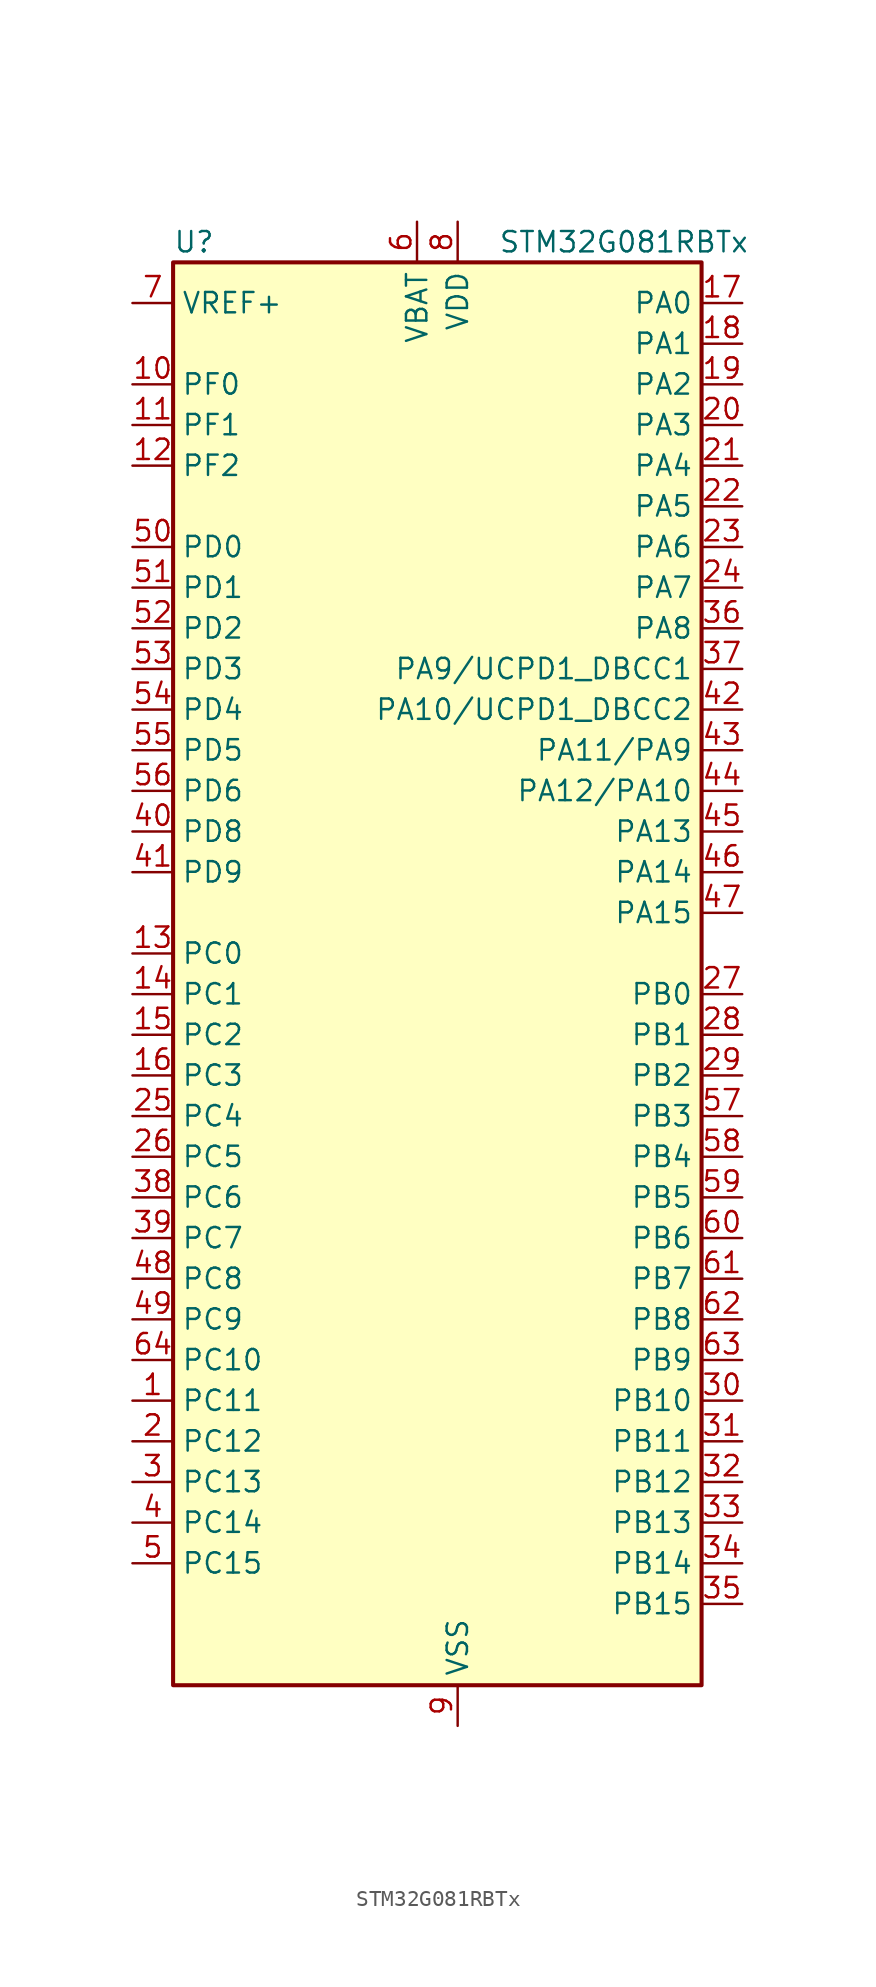
<source format=kicad_sym>
(kicad_symbol_lib
  (version 20231120)
  (generator "kicad_symbol_editor")
  (generator_version "8.0")
  (symbol "STM32G081RBTx"
    (property "Reference" "U"
      (at -15.24 46.99 0)
      (effects (font (size 1.27 1.27)) (justify left)))
    (property "Value" "STM32G081RBTx"
      (at 5.08 46.99 0)
      (effects (font (size 1.27 1.27)) (justify left)))
    (property "ki_locked" ""
      (at 0 0 0)
      (effects (font (size 1.27 1.27))))
    (symbol "STM32G081RBTx_0_1"
      (rectangle (start -15.24 -43.18) (end 17.78 45.72) (stroke (width 0.254) (type default)) (fill (type background))))
    (symbol "STM32G081RBTx_1_1"
      (pin bidirectional line (at -17.78 -25.4 0) (length 2.54) (name "PC11" (effects (font (size 1.27 1.27)))) (number "1" (effects (font (size 1.27 1.27)))) (alternate "ADC1_EXTI11" bidirectional line) (alternate "TIM1_CH4" bidirectional line) (alternate "USART3_RX" bidirectional line) (alternate "USART4_RX" bidirectional line))
      (pin bidirectional line (at -17.78 38.1 0) (length 2.54) (name "PF0" (effects (font (size 1.27 1.27)))) (number "10" (effects (font (size 1.27 1.27)))) (alternate "RCC_OSC_IN" bidirectional line) (alternate "TIM14_CH1" bidirectional line))
      (pin bidirectional line (at -17.78 35.56 0) (length 2.54) (name "PF1" (effects (font (size 1.27 1.27)))) (number "11" (effects (font (size 1.27 1.27)))) (alternate "RCC_OSC_EN" bidirectional line) (alternate "RCC_OSC_OUT" bidirectional line) (alternate "TIM15_CH1N" bidirectional line))
      (pin bidirectional line (at -17.78 33.02 0) (length 2.54) (name "PF2" (effects (font (size 1.27 1.27)))) (number "12" (effects (font (size 1.27 1.27)))) (alternate "RCC_MCO" bidirectional line))
      (pin bidirectional line (at -17.78 2.54 0) (length 2.54) (name "PC0" (effects (font (size 1.27 1.27)))) (number "13" (effects (font (size 1.27 1.27)))) (alternate "LPTIM1_IN1" bidirectional line) (alternate "LPTIM2_IN1" bidirectional line) (alternate "LPUART1_RX" bidirectional line))
      (pin bidirectional line (at -17.78 0 0) (length 2.54) (name "PC1" (effects (font (size 1.27 1.27)))) (number "14" (effects (font (size 1.27 1.27)))) (alternate "LPTIM1_OUT" bidirectional line) (alternate "LPUART1_TX" bidirectional line) (alternate "TIM15_CH1" bidirectional line))
      (pin bidirectional line (at -17.78 -2.54 0) (length 2.54) (name "PC2" (effects (font (size 1.27 1.27)))) (number "15" (effects (font (size 1.27 1.27)))) (alternate "LPTIM1_IN2" bidirectional line) (alternate "SPI2_MISO" bidirectional line) (alternate "TIM15_CH2" bidirectional line))
      (pin bidirectional line (at -17.78 -5.08 0) (length 2.54) (name "PC3" (effects (font (size 1.27 1.27)))) (number "16" (effects (font (size 1.27 1.27)))) (alternate "LPTIM1_ETR" bidirectional line) (alternate "LPTIM2_ETR" bidirectional line) (alternate "SPI2_MOSI" bidirectional line))
      (pin bidirectional line (at 20.32 43.18 180) (length 2.54) (name "PA0" (effects (font (size 1.27 1.27)))) (number "17" (effects (font (size 1.27 1.27)))) (alternate "ADC1_IN0" bidirectional line) (alternate "COMP1_INM" bidirectional line) (alternate "COMP1_OUT" bidirectional line) (alternate "LPTIM1_OUT" bidirectional line) (alternate "RTC_TAMP_IN2" bidirectional line) (alternate "SPI2_SCK" bidirectional line) (alternate "SYS_WKUP1" bidirectional line) (alternate "TIM2_CH1" bidirectional line) (alternate "TIM2_ETR" bidirectional line) (alternate "UCPD2_FRSTX1" bidirectional line) (alternate "UCPD2_FRSTX2" bidirectional line) (alternate "USART2_CTS" bidirectional line) (alternate "USART2_NSS" bidirectional line) (alternate "USART4_TX" bidirectional line))
      (pin bidirectional line (at 20.32 40.64 180) (length 2.54) (name "PA1" (effects (font (size 1.27 1.27)))) (number "18" (effects (font (size 1.27 1.27)))) (alternate "ADC1_IN1" bidirectional line) (alternate "COMP1_INP" bidirectional line) (alternate "I2C1_SMBA" bidirectional line) (alternate "I2S1_CK" bidirectional line) (alternate "SPI1_SCK" bidirectional line) (alternate "TIM15_CH1N" bidirectional line) (alternate "TIM2_CH2" bidirectional line) (alternate "USART2_CK" bidirectional line) (alternate "USART2_DE" bidirectional line) (alternate "USART2_RTS" bidirectional line) (alternate "USART4_RX" bidirectional line))
      (pin bidirectional line (at 20.32 38.1 180) (length 2.54) (name "PA2" (effects (font (size 1.27 1.27)))) (number "19" (effects (font (size 1.27 1.27)))) (alternate "ADC1_IN2" bidirectional line) (alternate "COMP2_INM" bidirectional line) (alternate "COMP2_OUT" bidirectional line) (alternate "I2S1_SD" bidirectional line) (alternate "LPUART1_TX" bidirectional line) (alternate "RCC_LSCO" bidirectional line) (alternate "SPI1_MOSI" bidirectional line) (alternate "SYS_WKUP4" bidirectional line) (alternate "TIM15_CH1" bidirectional line) (alternate "TIM2_CH3" bidirectional line) (alternate "UCPD1_FRSTX1" bidirectional line) (alternate "UCPD1_FRSTX2" bidirectional line) (alternate "USART2_TX" bidirectional line))
      (pin bidirectional line (at -17.78 -27.94 0) (length 2.54) (name "PC12" (effects (font (size 1.27 1.27)))) (number "2" (effects (font (size 1.27 1.27)))) (alternate "LPTIM1_IN1" bidirectional line) (alternate "TIM14_CH1" bidirectional line) (alternate "UCPD1_FRSTX1" bidirectional line) (alternate "UCPD1_FRSTX2" bidirectional line))
      (pin bidirectional line (at 20.32 35.56 180) (length 2.54) (name "PA3" (effects (font (size 1.27 1.27)))) (number "20" (effects (font (size 1.27 1.27)))) (alternate "ADC1_IN3" bidirectional line) (alternate "COMP2_INP" bidirectional line) (alternate "LPUART1_RX" bidirectional line) (alternate "SPI2_MISO" bidirectional line) (alternate "TIM15_CH2" bidirectional line) (alternate "TIM2_CH4" bidirectional line) (alternate "UCPD2_FRSTX1" bidirectional line) (alternate "UCPD2_FRSTX2" bidirectional line) (alternate "USART2_RX" bidirectional line))
      (pin bidirectional line (at 20.32 33.02 180) (length 2.54) (name "PA4" (effects (font (size 1.27 1.27)))) (number "21" (effects (font (size 1.27 1.27)))) (alternate "ADC1_IN4" bidirectional line) (alternate "DAC1_OUT1" bidirectional line) (alternate "I2S1_WS" bidirectional line) (alternate "LPTIM2_OUT" bidirectional line) (alternate "RTC_OUT_ALARM" bidirectional line) (alternate "RTC_OUT_CALIB" bidirectional line) (alternate "SPI1_NSS" bidirectional line) (alternate "SPI2_MOSI" bidirectional line) (alternate "TIM14_CH1" bidirectional line) (alternate "UCPD2_FRSTX1" bidirectional line) (alternate "UCPD2_FRSTX2" bidirectional line))
      (pin bidirectional line (at 20.32 30.48 180) (length 2.54) (name "PA5" (effects (font (size 1.27 1.27)))) (number "22" (effects (font (size 1.27 1.27)))) (alternate "ADC1_IN5" bidirectional line) (alternate "CEC" bidirectional line) (alternate "DAC1_OUT2" bidirectional line) (alternate "I2S1_CK" bidirectional line) (alternate "LPTIM2_ETR" bidirectional line) (alternate "SPI1_SCK" bidirectional line) (alternate "TIM2_CH1" bidirectional line) (alternate "TIM2_ETR" bidirectional line) (alternate "UCPD1_FRSTX1" bidirectional line) (alternate "UCPD1_FRSTX2" bidirectional line) (alternate "USART3_TX" bidirectional line))
      (pin bidirectional line (at 20.32 27.94 180) (length 2.54) (name "PA6" (effects (font (size 1.27 1.27)))) (number "23" (effects (font (size 1.27 1.27)))) (alternate "ADC1_IN6" bidirectional line) (alternate "COMP1_OUT" bidirectional line) (alternate "I2S1_MCK" bidirectional line) (alternate "LPUART1_CTS" bidirectional line) (alternate "SPI1_MISO" bidirectional line) (alternate "TIM16_CH1" bidirectional line) (alternate "TIM1_BK" bidirectional line) (alternate "TIM3_CH1" bidirectional line) (alternate "USART3_CTS" bidirectional line) (alternate "USART3_NSS" bidirectional line))
      (pin bidirectional line (at 20.32 25.4 180) (length 2.54) (name "PA7" (effects (font (size 1.27 1.27)))) (number "24" (effects (font (size 1.27 1.27)))) (alternate "ADC1_IN7" bidirectional line) (alternate "COMP2_OUT" bidirectional line) (alternate "I2S1_SD" bidirectional line) (alternate "SPI1_MOSI" bidirectional line) (alternate "TIM14_CH1" bidirectional line) (alternate "TIM17_CH1" bidirectional line) (alternate "TIM1_CH1N" bidirectional line) (alternate "TIM3_CH2" bidirectional line) (alternate "UCPD1_FRSTX1" bidirectional line) (alternate "UCPD1_FRSTX2" bidirectional line))
      (pin bidirectional line (at -17.78 -7.62 0) (length 2.54) (name "PC4" (effects (font (size 1.27 1.27)))) (number "25" (effects (font (size 1.27 1.27)))) (alternate "ADC1_IN17" bidirectional line) (alternate "COMP1_INM" bidirectional line) (alternate "TIM2_CH1" bidirectional line) (alternate "TIM2_ETR" bidirectional line) (alternate "USART1_TX" bidirectional line) (alternate "USART3_TX" bidirectional line))
      (pin bidirectional line (at -17.78 -10.16 0) (length 2.54) (name "PC5" (effects (font (size 1.27 1.27)))) (number "26" (effects (font (size 1.27 1.27)))) (alternate "ADC1_IN18" bidirectional line) (alternate "COMP1_INP" bidirectional line) (alternate "SYS_WKUP5" bidirectional line) (alternate "TIM2_CH2" bidirectional line) (alternate "USART1_RX" bidirectional line) (alternate "USART3_RX" bidirectional line))
      (pin bidirectional line (at 20.32 0 180) (length 2.54) (name "PB0" (effects (font (size 1.27 1.27)))) (number "27" (effects (font (size 1.27 1.27)))) (alternate "ADC1_IN8" bidirectional line) (alternate "COMP1_OUT" bidirectional line) (alternate "I2S1_WS" bidirectional line) (alternate "LPTIM1_OUT" bidirectional line) (alternate "SPI1_NSS" bidirectional line) (alternate "TIM1_CH2N" bidirectional line) (alternate "TIM3_CH3" bidirectional line) (alternate "UCPD1_FRSTX1" bidirectional line) (alternate "UCPD1_FRSTX2" bidirectional line) (alternate "USART3_RX" bidirectional line))
      (pin bidirectional line (at 20.32 -2.54 180) (length 2.54) (name "PB1" (effects (font (size 1.27 1.27)))) (number "28" (effects (font (size 1.27 1.27)))) (alternate "ADC1_IN9" bidirectional line) (alternate "COMP1_INM" bidirectional line) (alternate "LPTIM2_IN1" bidirectional line) (alternate "LPUART1_DE" bidirectional line) (alternate "LPUART1_RTS" bidirectional line) (alternate "TIM14_CH1" bidirectional line) (alternate "TIM1_CH3N" bidirectional line) (alternate "TIM3_CH4" bidirectional line) (alternate "USART3_CK" bidirectional line) (alternate "USART3_DE" bidirectional line) (alternate "USART3_RTS" bidirectional line))
      (pin bidirectional line (at 20.32 -5.08 180) (length 2.54) (name "PB2" (effects (font (size 1.27 1.27)))) (number "29" (effects (font (size 1.27 1.27)))) (alternate "ADC1_IN10" bidirectional line) (alternate "COMP1_INP" bidirectional line) (alternate "LPTIM1_OUT" bidirectional line) (alternate "SPI2_MISO" bidirectional line) (alternate "USART3_TX" bidirectional line))
      (pin bidirectional line (at -17.78 -30.48 0) (length 2.54) (name "PC13" (effects (font (size 1.27 1.27)))) (number "3" (effects (font (size 1.27 1.27)))) (alternate "RTC_OUT_ALARM" bidirectional line) (alternate "RTC_OUT_CALIB" bidirectional line) (alternate "RTC_TAMP_IN1" bidirectional line) (alternate "RTC_TS" bidirectional line) (alternate "SYS_WKUP2" bidirectional line) (alternate "TIM1_BK" bidirectional line))
      (pin bidirectional line (at 20.32 -25.4 180) (length 2.54) (name "PB10" (effects (font (size 1.27 1.27)))) (number "30" (effects (font (size 1.27 1.27)))) (alternate "ADC1_IN11" bidirectional line) (alternate "CEC" bidirectional line) (alternate "COMP1_OUT" bidirectional line) (alternate "I2C2_SCL" bidirectional line) (alternate "LPUART1_RX" bidirectional line) (alternate "SPI2_SCK" bidirectional line) (alternate "TIM2_CH3" bidirectional line) (alternate "USART3_TX" bidirectional line))
      (pin bidirectional line (at 20.32 -27.94 180) (length 2.54) (name "PB11" (effects (font (size 1.27 1.27)))) (number "31" (effects (font (size 1.27 1.27)))) (alternate "ADC1_EXTI11" bidirectional line) (alternate "ADC1_IN15" bidirectional line) (alternate "COMP2_OUT" bidirectional line) (alternate "I2C2_SDA" bidirectional line) (alternate "LPUART1_TX" bidirectional line) (alternate "SPI2_MOSI" bidirectional line) (alternate "TIM2_CH4" bidirectional line) (alternate "USART3_RX" bidirectional line))
      (pin bidirectional line (at 20.32 -30.48 180) (length 2.54) (name "PB12" (effects (font (size 1.27 1.27)))) (number "32" (effects (font (size 1.27 1.27)))) (alternate "ADC1_IN16" bidirectional line) (alternate "LPUART1_DE" bidirectional line) (alternate "LPUART1_RTS" bidirectional line) (alternate "SPI2_NSS" bidirectional line) (alternate "TIM15_BK" bidirectional line) (alternate "TIM1_BK" bidirectional line) (alternate "UCPD2_FRSTX1" bidirectional line) (alternate "UCPD2_FRSTX2" bidirectional line))
      (pin bidirectional line (at 20.32 -33.02 180) (length 2.54) (name "PB13" (effects (font (size 1.27 1.27)))) (number "33" (effects (font (size 1.27 1.27)))) (alternate "I2C2_SCL" bidirectional line) (alternate "LPUART1_CTS" bidirectional line) (alternate "SPI2_SCK" bidirectional line) (alternate "TIM15_CH1N" bidirectional line) (alternate "TIM1_CH1N" bidirectional line) (alternate "USART3_CTS" bidirectional line) (alternate "USART3_NSS" bidirectional line))
      (pin bidirectional line (at 20.32 -35.56 180) (length 2.54) (name "PB14" (effects (font (size 1.27 1.27)))) (number "34" (effects (font (size 1.27 1.27)))) (alternate "I2C2_SDA" bidirectional line) (alternate "SPI2_MISO" bidirectional line) (alternate "TIM15_CH1" bidirectional line) (alternate "TIM1_CH2N" bidirectional line) (alternate "UCPD1_FRSTX1" bidirectional line) (alternate "UCPD1_FRSTX2" bidirectional line) (alternate "USART3_CK" bidirectional line) (alternate "USART3_DE" bidirectional line) (alternate "USART3_RTS" bidirectional line))
      (pin bidirectional line (at 20.32 -38.1 180) (length 2.54) (name "PB15" (effects (font (size 1.27 1.27)))) (number "35" (effects (font (size 1.27 1.27)))) (alternate "RTC_REFIN" bidirectional line) (alternate "SPI2_MOSI" bidirectional line) (alternate "TIM15_CH1N" bidirectional line) (alternate "TIM15_CH2" bidirectional line) (alternate "TIM1_CH3N" bidirectional line) (alternate "UCPD1_CC2" bidirectional line))
      (pin bidirectional line (at 20.32 22.86 180) (length 2.54) (name "PA8" (effects (font (size 1.27 1.27)))) (number "36" (effects (font (size 1.27 1.27)))) (alternate "LPTIM2_OUT" bidirectional line) (alternate "RCC_MCO" bidirectional line) (alternate "SPI2_NSS" bidirectional line) (alternate "TIM1_CH1" bidirectional line) (alternate "UCPD1_CC1" bidirectional line))
      (pin bidirectional line (at 20.32 20.32 180) (length 2.54) (name "PA9/UCPD1_DBCC1" (effects (font (size 1.27 1.27)))) (number "37" (effects (font (size 1.27 1.27)))) (alternate "DAC1_EXTI9" bidirectional line) (alternate "I2C1_SCL" bidirectional line) (alternate "RCC_MCO" bidirectional line) (alternate "SPI2_MISO" bidirectional line) (alternate "TIM15_BK" bidirectional line) (alternate "TIM1_CH2" bidirectional line) (alternate "UCPD1_DBCC1" bidirectional line) (alternate "USART1_TX" bidirectional line))
      (pin bidirectional line (at -17.78 -12.7 0) (length 2.54) (name "PC6" (effects (font (size 1.27 1.27)))) (number "38" (effects (font (size 1.27 1.27)))) (alternate "TIM2_CH3" bidirectional line) (alternate "TIM3_CH1" bidirectional line) (alternate "UCPD1_FRSTX1" bidirectional line) (alternate "UCPD1_FRSTX2" bidirectional line))
      (pin bidirectional line (at -17.78 -15.24 0) (length 2.54) (name "PC7" (effects (font (size 1.27 1.27)))) (number "39" (effects (font (size 1.27 1.27)))) (alternate "TIM2_CH4" bidirectional line) (alternate "TIM3_CH2" bidirectional line) (alternate "UCPD2_FRSTX1" bidirectional line) (alternate "UCPD2_FRSTX2" bidirectional line))
      (pin bidirectional line (at -17.78 -33.02 0) (length 2.54) (name "PC14" (effects (font (size 1.27 1.27)))) (number "4" (effects (font (size 1.27 1.27)))) (alternate "RCC_OSC32_IN" bidirectional line) (alternate "TIM1_BK2" bidirectional line))
      (pin bidirectional line (at -17.78 10.16 0) (length 2.54) (name "PD8" (effects (font (size 1.27 1.27)))) (number "40" (effects (font (size 1.27 1.27)))) (alternate "I2S1_CK" bidirectional line) (alternate "LPTIM1_OUT" bidirectional line) (alternate "SPI1_SCK" bidirectional line) (alternate "USART3_TX" bidirectional line))
      (pin bidirectional line (at -17.78 7.62 0) (length 2.54) (name "PD9" (effects (font (size 1.27 1.27)))) (number "41" (effects (font (size 1.27 1.27)))) (alternate "DAC1_EXTI9" bidirectional line) (alternate "I2S1_WS" bidirectional line) (alternate "SPI1_NSS" bidirectional line) (alternate "TIM1_BK2" bidirectional line) (alternate "USART3_RX" bidirectional line))
      (pin bidirectional line (at 20.32 17.78 180) (length 2.54) (name "PA10/UCPD1_DBCC2" (effects (font (size 1.27 1.27)))) (number "42" (effects (font (size 1.27 1.27)))) (alternate "I2C1_SDA" bidirectional line) (alternate "SPI2_MOSI" bidirectional line) (alternate "TIM17_BK" bidirectional line) (alternate "TIM1_CH3" bidirectional line) (alternate "UCPD1_DBCC2" bidirectional line) (alternate "USART1_RX" bidirectional line))
      (pin bidirectional line (at 20.32 15.24 180) (length 2.54) (name "PA11/PA9" (effects (font (size 1.27 1.27)))) (number "43" (effects (font (size 1.27 1.27)))) (alternate "ADC1_EXTI11" bidirectional line) (alternate "COMP1_OUT" bidirectional line) (alternate "I2C2_SCL" bidirectional line) (alternate "I2S1_MCK" bidirectional line) (alternate "SPI1_MISO" bidirectional line) (alternate "TIM1_BK2" bidirectional line) (alternate "TIM1_CH4" bidirectional line) (alternate "USART1_CTS" bidirectional line) (alternate "USART1_NSS" bidirectional line))
      (pin bidirectional line (at 20.32 12.7 180) (length 2.54) (name "PA12/PA10" (effects (font (size 1.27 1.27)))) (number "44" (effects (font (size 1.27 1.27)))) (alternate "COMP2_OUT" bidirectional line) (alternate "I2C2_SDA" bidirectional line) (alternate "I2S1_SD" bidirectional line) (alternate "I2S_CKIN" bidirectional line) (alternate "SPI1_MOSI" bidirectional line) (alternate "TIM1_ETR" bidirectional line) (alternate "USART1_CK" bidirectional line) (alternate "USART1_DE" bidirectional line) (alternate "USART1_RTS" bidirectional line))
      (pin bidirectional line (at 20.32 10.16 180) (length 2.54) (name "PA13" (effects (font (size 1.27 1.27)))) (number "45" (effects (font (size 1.27 1.27)))) (alternate "IR_OUT" bidirectional line) (alternate "SYS_SWDIO" bidirectional line))
      (pin bidirectional line (at 20.32 7.62 180) (length 2.54) (name "PA14" (effects (font (size 1.27 1.27)))) (number "46" (effects (font (size 1.27 1.27)))) (alternate "SYS_SWCLK" bidirectional line) (alternate "USART2_TX" bidirectional line))
      (pin bidirectional line (at 20.32 5.08 180) (length 2.54) (name "PA15" (effects (font (size 1.27 1.27)))) (number "47" (effects (font (size 1.27 1.27)))) (alternate "I2S1_WS" bidirectional line) (alternate "SPI1_NSS" bidirectional line) (alternate "TIM2_CH1" bidirectional line) (alternate "TIM2_ETR" bidirectional line) (alternate "USART2_RX" bidirectional line) (alternate "USART3_CK" bidirectional line) (alternate "USART3_DE" bidirectional line) (alternate "USART3_RTS" bidirectional line) (alternate "USART4_CK" bidirectional line) (alternate "USART4_DE" bidirectional line) (alternate "USART4_RTS" bidirectional line))
      (pin bidirectional line (at -17.78 -17.78 0) (length 2.54) (name "PC8" (effects (font (size 1.27 1.27)))) (number "48" (effects (font (size 1.27 1.27)))) (alternate "TIM1_CH1" bidirectional line) (alternate "TIM3_CH3" bidirectional line) (alternate "UCPD2_FRSTX1" bidirectional line) (alternate "UCPD2_FRSTX2" bidirectional line))
      (pin bidirectional line (at -17.78 -20.32 0) (length 2.54) (name "PC9" (effects (font (size 1.27 1.27)))) (number "49" (effects (font (size 1.27 1.27)))) (alternate "DAC1_EXTI9" bidirectional line) (alternate "I2S_CKIN" bidirectional line) (alternate "TIM1_CH2" bidirectional line) (alternate "TIM3_CH4" bidirectional line))
      (pin bidirectional line (at -17.78 -35.56 0) (length 2.54) (name "PC15" (effects (font (size 1.27 1.27)))) (number "5" (effects (font (size 1.27 1.27)))) (alternate "RCC_OSC32_EN" bidirectional line) (alternate "RCC_OSC32_OUT" bidirectional line) (alternate "RCC_OSC_EN" bidirectional line) (alternate "TIM15_BK" bidirectional line))
      (pin bidirectional line (at -17.78 27.94 0) (length 2.54) (name "PD0" (effects (font (size 1.27 1.27)))) (number "50" (effects (font (size 1.27 1.27)))) (alternate "SPI2_NSS" bidirectional line) (alternate "TIM16_CH1" bidirectional line) (alternate "UCPD2_CC1" bidirectional line))
      (pin bidirectional line (at -17.78 25.4 0) (length 2.54) (name "PD1" (effects (font (size 1.27 1.27)))) (number "51" (effects (font (size 1.27 1.27)))) (alternate "SPI2_SCK" bidirectional line) (alternate "TIM17_CH1" bidirectional line) (alternate "UCPD2_DBCC1" bidirectional line))
      (pin bidirectional line (at -17.78 22.86 0) (length 2.54) (name "PD2" (effects (font (size 1.27 1.27)))) (number "52" (effects (font (size 1.27 1.27)))) (alternate "TIM1_CH1N" bidirectional line) (alternate "TIM3_ETR" bidirectional line) (alternate "UCPD2_CC2" bidirectional line) (alternate "USART3_CK" bidirectional line) (alternate "USART3_DE" bidirectional line) (alternate "USART3_RTS" bidirectional line))
      (pin bidirectional line (at -17.78 20.32 0) (length 2.54) (name "PD3" (effects (font (size 1.27 1.27)))) (number "53" (effects (font (size 1.27 1.27)))) (alternate "SPI2_MISO" bidirectional line) (alternate "TIM1_CH2N" bidirectional line) (alternate "UCPD2_DBCC2" bidirectional line) (alternate "USART2_CTS" bidirectional line) (alternate "USART2_NSS" bidirectional line))
      (pin bidirectional line (at -17.78 17.78 0) (length 2.54) (name "PD4" (effects (font (size 1.27 1.27)))) (number "54" (effects (font (size 1.27 1.27)))) (alternate "SPI2_MOSI" bidirectional line) (alternate "TIM1_CH3N" bidirectional line) (alternate "USART2_CK" bidirectional line) (alternate "USART2_DE" bidirectional line) (alternate "USART2_RTS" bidirectional line))
      (pin bidirectional line (at -17.78 15.24 0) (length 2.54) (name "PD5" (effects (font (size 1.27 1.27)))) (number "55" (effects (font (size 1.27 1.27)))) (alternate "I2S1_MCK" bidirectional line) (alternate "SPI1_MISO" bidirectional line) (alternate "TIM1_BK" bidirectional line) (alternate "USART2_TX" bidirectional line))
      (pin bidirectional line (at -17.78 12.7 0) (length 2.54) (name "PD6" (effects (font (size 1.27 1.27)))) (number "56" (effects (font (size 1.27 1.27)))) (alternate "I2S1_SD" bidirectional line) (alternate "LPTIM2_OUT" bidirectional line) (alternate "SPI1_MOSI" bidirectional line) (alternate "USART2_RX" bidirectional line))
      (pin bidirectional line (at 20.32 -7.62 180) (length 2.54) (name "PB3" (effects (font (size 1.27 1.27)))) (number "57" (effects (font (size 1.27 1.27)))) (alternate "COMP2_INM" bidirectional line) (alternate "I2S1_CK" bidirectional line) (alternate "SPI1_SCK" bidirectional line) (alternate "TIM1_CH2" bidirectional line) (alternate "TIM2_CH2" bidirectional line) (alternate "USART1_CK" bidirectional line) (alternate "USART1_DE" bidirectional line) (alternate "USART1_RTS" bidirectional line))
      (pin bidirectional line (at 20.32 -10.16 180) (length 2.54) (name "PB4" (effects (font (size 1.27 1.27)))) (number "58" (effects (font (size 1.27 1.27)))) (alternate "COMP2_INP" bidirectional line) (alternate "I2S1_MCK" bidirectional line) (alternate "SPI1_MISO" bidirectional line) (alternate "TIM17_BK" bidirectional line) (alternate "TIM3_CH1" bidirectional line) (alternate "USART1_CTS" bidirectional line) (alternate "USART1_NSS" bidirectional line))
      (pin bidirectional line (at 20.32 -12.7 180) (length 2.54) (name "PB5" (effects (font (size 1.27 1.27)))) (number "59" (effects (font (size 1.27 1.27)))) (alternate "COMP2_OUT" bidirectional line) (alternate "I2C1_SMBA" bidirectional line) (alternate "I2S1_SD" bidirectional line) (alternate "LPTIM1_IN1" bidirectional line) (alternate "SPI1_MOSI" bidirectional line) (alternate "SYS_WKUP6" bidirectional line) (alternate "TIM16_BK" bidirectional line) (alternate "TIM3_CH2" bidirectional line))
      (pin power_in line (at 0 48.26 270) (length 2.54) (name "VBAT" (effects (font (size 1.27 1.27)))) (number "6" (effects (font (size 1.27 1.27)))))
      (pin bidirectional line (at 20.32 -15.24 180) (length 2.54) (name "PB6" (effects (font (size 1.27 1.27)))) (number "60" (effects (font (size 1.27 1.27)))) (alternate "COMP2_INP" bidirectional line) (alternate "I2C1_SCL" bidirectional line) (alternate "LPTIM1_ETR" bidirectional line) (alternate "SPI2_MISO" bidirectional line) (alternate "TIM16_CH1N" bidirectional line) (alternate "TIM1_CH3" bidirectional line) (alternate "USART1_TX" bidirectional line))
      (pin bidirectional line (at 20.32 -17.78 180) (length 2.54) (name "PB7" (effects (font (size 1.27 1.27)))) (number "61" (effects (font (size 1.27 1.27)))) (alternate "COMP2_INM" bidirectional line) (alternate "I2C1_SDA" bidirectional line) (alternate "LPTIM1_IN2" bidirectional line) (alternate "SPI2_MOSI" bidirectional line) (alternate "SYS_PVD_IN" bidirectional line) (alternate "TIM17_CH1N" bidirectional line) (alternate "USART1_RX" bidirectional line) (alternate "USART4_CTS" bidirectional line) (alternate "USART4_NSS" bidirectional line))
      (pin bidirectional line (at 20.32 -20.32 180) (length 2.54) (name "PB8" (effects (font (size 1.27 1.27)))) (number "62" (effects (font (size 1.27 1.27)))) (alternate "CEC" bidirectional line) (alternate "I2C1_SCL" bidirectional line) (alternate "SPI2_SCK" bidirectional line) (alternate "TIM15_BK" bidirectional line) (alternate "TIM16_CH1" bidirectional line) (alternate "USART3_TX" bidirectional line))
      (pin bidirectional line (at 20.32 -22.86 180) (length 2.54) (name "PB9" (effects (font (size 1.27 1.27)))) (number "63" (effects (font (size 1.27 1.27)))) (alternate "DAC1_EXTI9" bidirectional line) (alternate "I2C1_SDA" bidirectional line) (alternate "IR_OUT" bidirectional line) (alternate "SPI2_NSS" bidirectional line) (alternate "TIM17_CH1" bidirectional line) (alternate "UCPD2_FRSTX1" bidirectional line) (alternate "UCPD2_FRSTX2" bidirectional line) (alternate "USART3_RX" bidirectional line))
      (pin bidirectional line (at -17.78 -22.86 0) (length 2.54) (name "PC10" (effects (font (size 1.27 1.27)))) (number "64" (effects (font (size 1.27 1.27)))) (alternate "TIM1_CH3" bidirectional line) (alternate "USART3_TX" bidirectional line) (alternate "USART4_TX" bidirectional line))
      (pin input line (at -17.78 43.18 0) (length 2.54) (name "VREF+" (effects (font (size 1.27 1.27)))) (number "7" (effects (font (size 1.27 1.27)))) (alternate "VREFBUF_OUT" bidirectional line))
      (pin power_in line (at 2.54 48.26 270) (length 2.54) (name "VDD" (effects (font (size 1.27 1.27)))) (number "8" (effects (font (size 1.27 1.27)))))
      (pin power_in line (at 2.54 -45.72 90) (length 2.54) (name "VSS" (effects (font (size 1.27 1.27)))) (number "9" (effects (font (size 1.27 1.27))))))))
</source>
